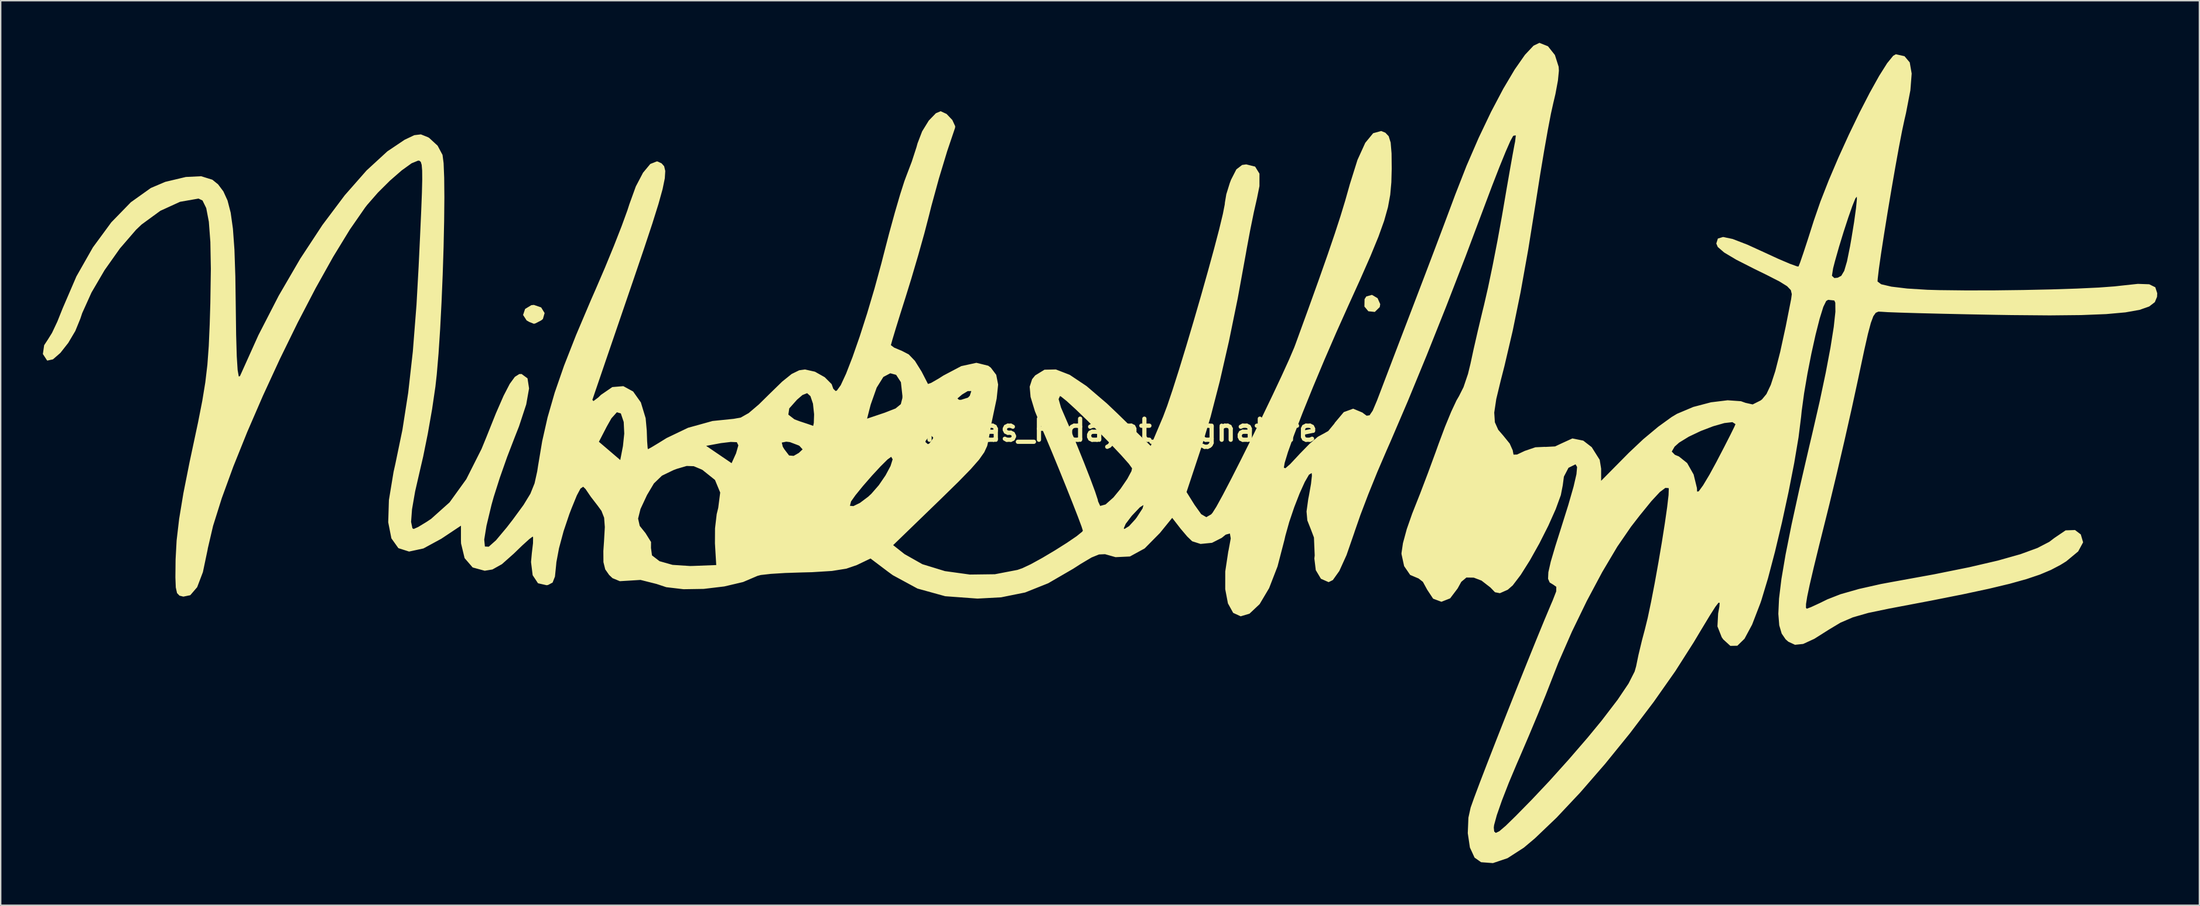
<source format=kicad_pcb>
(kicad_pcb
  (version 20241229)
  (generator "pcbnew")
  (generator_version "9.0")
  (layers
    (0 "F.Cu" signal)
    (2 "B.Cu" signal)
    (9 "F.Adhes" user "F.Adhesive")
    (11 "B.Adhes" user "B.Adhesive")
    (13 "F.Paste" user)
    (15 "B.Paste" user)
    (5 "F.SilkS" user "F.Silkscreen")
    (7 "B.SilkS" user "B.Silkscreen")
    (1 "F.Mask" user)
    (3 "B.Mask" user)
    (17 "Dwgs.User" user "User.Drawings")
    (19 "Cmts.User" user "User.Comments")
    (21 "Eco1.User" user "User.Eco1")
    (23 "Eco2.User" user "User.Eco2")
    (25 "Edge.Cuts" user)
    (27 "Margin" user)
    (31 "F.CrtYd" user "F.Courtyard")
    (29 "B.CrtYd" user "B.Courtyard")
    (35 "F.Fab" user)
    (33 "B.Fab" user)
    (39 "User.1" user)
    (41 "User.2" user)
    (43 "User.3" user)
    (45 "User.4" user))
  (footprint "Nikolas_Hidayat_Signature"
    (layer "F.Cu")
    (at 75.9 27.562)
    (property "Reference" "Nikolas_Hidayat_Signature" (at 0 0 0) (layer "F.SilkS") (effects (font (size 1.5 1.5) (thickness 0.3))))
    (attr board_only exclude_from_pos_files exclude_from_bom)
    (fp_poly (pts (xy 19.055 -9.396) (xy 19.244 -8.97) (xy 19.209 -8.762) (xy 18.858 -8.417) (xy 18.399 -8.465) (xy 18.118 -8.8) (xy 18.129 -9.326) (xy 18.251 -9.518) (xy 18.657 -9.631)) (stroke (width 0) (type solid)) (fill yes) (layer "F.SilkS"))
    (fp_poly (pts (xy -40.451 -8.739) (xy -40.205 -8.338) (xy -40.325 -7.916) (xy -40.45 -7.813) (xy -40.857 -7.603) (xy -40.968 -7.574) (xy -41.289 -7.7) (xy -41.485 -7.813) (xy -41.737 -8.201) (xy -41.593 -8.63) (xy -41.15 -8.898) (xy -40.968 -8.917)) (stroke (width 0) (type solid)) (fill yes) (layer "F.SilkS"))
    (fp_poly (pts (xy 31.178 -27.319) (xy 31.671 -26.698) (xy 31.937 -25.863) (xy 31.955 -25.582) (xy 31.886 -24.881) (xy 31.708 -23.921) (xy 31.556 -23.277) (xy 31.39 -22.531) (xy 31.166 -21.362) (xy 30.905 -19.884) (xy 30.625 -18.208) (xy 30.347 -16.447) (xy 30.332 -16.348) (xy 29.775 -12.868) (xy 29.228 -9.816) (xy 28.669 -7.081) (xy 28.077 -4.551) (xy 27.827 -3.577) (xy 27.499 -2.22) (xy 27.355 -1.255) (xy 27.4 -0.565) (xy 27.639 -0.032) (xy 27.995 0.381) (xy 28.457 0.951) (xy 28.675 1.442) (xy 28.677 1.481) (xy 28.729 1.738) (xy 28.978 1.729) (xy 29.526 1.471) (xy 30.283 1.213) (xy 30.956 1.182) (xy 30.984 1.188) (xy 31.685 1.152) (xy 32.116 0.949) (xy 32.914 0.584) (xy 33.688 0.74) (xy 34.289 1.204) (xy 34.858 2.106) (xy 34.959 2.733) (xy 34.959 3.599) (xy 36.939 1.597) (xy 37.023 1.518) (xy 39.985 1.518) (xy 40.205 1.747) (xy 40.495 1.868) (xy 41.08 2.336) (xy 41.54 3.15) (xy 41.775 4.114) (xy 41.787 4.366) (xy 41.901 4.35) (xy 42.21 3.925) (xy 42.665 3.166) (xy 43.153 2.27) (xy 43.707 1.207) (xy 44.153 0.333) (xy 44.439 -0.248) (xy 44.518 -0.434) (xy 44.299 -0.576) (xy 43.728 -0.51) (xy 42.935 -0.284) (xy 42.047 0.055) (xy 41.195 0.46) (xy 40.508 0.881) (xy 40.187 1.168) (xy 39.985 1.518) (xy 37.023 1.518) (xy 37.953 0.642) (xy 39.02 -0.248) (xy 39.973 -0.938) (xy 40.359 -1.169) (xy 41.517 -1.657) (xy 42.773 -1.987) (xy 43.959 -2.131) (xy 44.908 -2.064) (xy 45.227 -1.95) (xy 45.739 -1.835) (xy 46.301 -2.115) (xy 46.409 -2.199) (xy 46.72 -2.574) (xy 47.029 -3.226) (xy 47.349 -4.208) (xy 47.698 -5.572) (xy 48.09 -7.373) (xy 48.476 -9.322) (xy 48.524 -9.684) (xy 48.455 -9.97) (xy 48.188 -10.249) (xy 47.644 -10.586) (xy 46.856 -10.989) (xy 51.38 -10.989) (xy 51.551 -10.828) (xy 51.788 -10.851) (xy 52.043 -10.986) (xy 52.254 -11.341) (xy 52.451 -12.012) (xy 52.669 -13.089) (xy 52.767 -13.648) (xy 52.956 -14.81) (xy 53.09 -15.779) (xy 53.154 -16.427) (xy 53.15 -16.618) (xy 53.047 -16.49) (xy 52.831 -15.955) (xy 52.541 -15.129) (xy 52.213 -14.123) (xy 51.885 -13.053) (xy 51.595 -12.031) (xy 51.464 -11.525) (xy 51.38 -10.989) (xy 46.856 -10.989) (xy 46.742 -11.048) (xy 45.892 -11.463) (xy 44.571 -12.134) (xy 43.71 -12.648) (xy 43.256 -13.04) (xy 43.153 -13.286) (xy 43.264 -13.639) (xy 43.633 -13.75) (xy 44.315 -13.608) (xy 45.365 -13.203) (xy 46.548 -12.663) (xy 47.568 -12.193) (xy 48.387 -11.844) (xy 48.894 -11.661) (xy 49.001 -11.649) (xy 49.115 -11.933) (xy 49.354 -12.63) (xy 49.684 -13.637) (xy 50.07 -14.85) (xy 50.087 -14.904) (xy 50.556 -16.261) (xy 51.153 -17.786) (xy 51.841 -19.4) (xy 52.582 -21.027) (xy 53.336 -22.589) (xy 54.067 -24.008) (xy 54.736 -25.209) (xy 55.306 -26.113) (xy 55.737 -26.643) (xy 55.929 -26.751) (xy 56.542 -26.613) (xy 56.915 -26.171) (xy 57.053 -25.377) (xy 56.961 -24.188) (xy 56.647 -22.558) (xy 56.543 -22.111) (xy 56.369 -21.299) (xy 56.144 -20.131) (xy 55.887 -18.711) (xy 55.615 -17.145) (xy 55.345 -15.536) (xy 55.095 -13.989) (xy 54.881 -12.609) (xy 54.722 -11.501) (xy 54.635 -10.769) (xy 54.624 -10.581) (xy 54.884 -10.386) (xy 55.613 -10.216) (xy 56.734 -10.082) (xy 58.169 -9.993) (xy 58.994 -9.97) (xy 60.886 -9.949) (xy 62.919 -9.952) (xy 64.988 -9.977) (xy 66.986 -10.02) (xy 68.807 -10.079) (xy 70.345 -10.151) (xy 71.495 -10.235) (xy 71.884 -10.279) (xy 73.143 -10.414) (xy 73.95 -10.386) (xy 74.385 -10.172) (xy 74.522 -9.749) (xy 74.508 -9.49) (xy 74.351 -9.113) (xy 73.952 -8.806) (xy 73.269 -8.565) (xy 72.261 -8.386) (xy 70.888 -8.263) (xy 69.108 -8.193) (xy 66.881 -8.171) (xy 64.166 -8.193) (xy 62.954 -8.212) (xy 60.969 -8.25) (xy 59.137 -8.29) (xy 57.537 -8.33) (xy 56.248 -8.368) (xy 55.349 -8.401) (xy 54.923 -8.428) (xy 54.688 -8.439) (xy 54.497 -8.357) (xy 54.325 -8.113) (xy 54.148 -7.636) (xy 53.941 -6.857) (xy 53.68 -5.705) (xy 53.341 -4.111) (xy 53.243 -3.648) (xy 52.801 -1.61) (xy 52.277 0.714) (xy 51.724 3.088) (xy 51.197 5.275) (xy 50.997 6.08) (xy 50.475 8.17) (xy 50.079 9.79) (xy 49.798 10.994) (xy 49.621 11.833) (xy 49.536 12.362) (xy 49.532 12.633) (xy 49.587 12.7) (xy 49.888 12.588) (xy 50.516 12.298) (xy 51.057 12.033) (xy 51.984 11.67) (xy 53.304 11.294) (xy 54.863 10.943) (xy 55.623 10.802) (xy 58.638 10.254) (xy 61.147 9.748) (xy 63.185 9.274) (xy 64.79 8.821) (xy 65.997 8.38) (xy 66.844 7.941) (xy 67.202 7.668) (xy 68.005 7.124) (xy 68.673 7.101) (xy 69.084 7.414) (xy 69.249 7.976) (xy 68.899 8.623) (xy 68.052 9.326) (xy 67.631 9.587) (xy 66.958 9.94) (xy 66.175 10.27) (xy 65.22 10.592) (xy 64.032 10.923) (xy 62.553 11.277) (xy 60.721 11.67) (xy 58.477 12.116) (xy 55.76 12.632) (xy 55.461 12.688) (xy 53.973 12.997) (xy 52.869 13.313) (xy 51.986 13.693) (xy 51.227 14.147) (xy 50.125 14.842) (xy 49.333 15.207) (xy 48.751 15.267) (xy 48.274 15.045) (xy 48.083 14.876) (xy 47.805 14.471) (xy 47.631 13.88) (xy 47.566 13.063) (xy 47.616 11.979) (xy 47.786 10.587) (xy 48.081 8.847) (xy 48.506 6.718) (xy 49.067 4.161) (xy 49.769 1.135) (xy 49.978 0.251) (xy 50.503 -2.033) (xy 50.939 -4.096) (xy 51.277 -5.886) (xy 51.509 -7.348) (xy 51.626 -8.429) (xy 51.619 -9.074) (xy 51.548 -9.231) (xy 51.104 -9.277) (xy 50.971 -9.195) (xy 50.767 -8.779) (xy 50.507 -7.943) (xy 50.216 -6.797) (xy 49.918 -5.454) (xy 49.638 -4.029) (xy 49.4 -2.632) (xy 49.229 -1.377) (xy 49.185 -0.946) (xy 49.003 0.509) (xy 48.695 2.338) (xy 48.292 4.398) (xy 47.827 6.546) (xy 47.329 8.639) (xy 46.831 10.534) (xy 46.363 12.087) (xy 46.287 12.311) (xy 45.7 13.833) (xy 45.161 14.836) (xy 44.651 15.334) (xy 44.152 15.344) (xy 43.646 14.882) (xy 43.538 14.728) (xy 43.234 13.957) (xy 43.283 13.039) (xy 43.371 12.555) (xy 43.393 12.285) (xy 43.31 12.273) (xy 43.085 12.565) (xy 42.68 13.204) (xy 42.057 14.235) (xy 41.546 15.09) (xy 40.233 17.15) (xy 38.694 19.339) (xy 37.005 21.567) (xy 35.241 23.741) (xy 33.477 25.772) (xy 31.789 27.567) (xy 30.251 29.036) (xy 29.46 29.702) (xy 28.3 30.45) (xy 27.262 30.8) (xy 26.419 30.737) (xy 25.955 30.41) (xy 25.624 29.692) (xy 25.472 28.672) (xy 25.488 28.274) (xy 27.323 28.274) (xy 27.352 28.553) (xy 27.466 28.652) (xy 27.721 28.529) (xy 28.175 28.142) (xy 28.884 27.449) (xy 29.906 26.409) (xy 30.021 26.292) (xy 31.283 24.953) (xy 32.669 23.412) (xy 34.002 21.869) (xy 34.993 20.665) (xy 36.133 19.176) (xy 36.908 18.025) (xy 37.342 17.171) (xy 37.448 16.8) (xy 37.617 15.981) (xy 37.872 14.922) (xy 38.068 14.186) (xy 38.274 13.35) (xy 38.514 12.21) (xy 38.773 10.867) (xy 39.033 9.421) (xy 39.279 7.973) (xy 39.492 6.622) (xy 39.657 5.47) (xy 39.756 4.616) (xy 39.772 4.162) (xy 39.758 4.117) (xy 39.529 4.103) (xy 39.134 4.4) (xy 38.534 5.047) (xy 37.692 6.083) (xy 37.085 6.867) (xy 36.109 8.287) (xy 35.037 10.093) (xy 33.938 12.154) (xy 32.878 14.34) (xy 31.924 16.521) (xy 31.408 17.837) (xy 31.01 18.856) (xy 30.458 20.212) (xy 29.816 21.746) (xy 29.15 23.3) (xy 28.974 23.702) (xy 28.392 25.084) (xy 27.9 26.349) (xy 27.538 27.387) (xy 27.345 28.092) (xy 27.323 28.274) (xy 25.488 28.274) (xy 25.517 27.566) (xy 25.676 26.85) (xy 25.92 26.162) (xy 26.332 25.063) (xy 26.878 23.644) (xy 27.52 21.997) (xy 28.223 20.211) (xy 28.951 18.377) (xy 29.669 16.587) (xy 30.339 14.93) (xy 30.927 13.497) (xy 31.397 12.379) (xy 31.51 12.118) (xy 31.763 11.468) (xy 31.77 11.141) (xy 31.538 10.978) (xy 31.298 10.833) (xy 31.184 10.57) (xy 31.205 10.105) (xy 31.374 9.358) (xy 31.702 8.245) (xy 32.068 7.088) (xy 32.623 5.321) (xy 32.998 4.016) (xy 33.203 3.13) (xy 33.249 2.617) (xy 33.145 2.434) (xy 33.124 2.432) (xy 32.637 2.674) (xy 32.311 3.3) (xy 32.228 3.926) (xy 32.093 4.617) (xy 31.729 5.616) (xy 31.199 6.802) (xy 30.565 8.056) (xy 29.891 9.259) (xy 29.239 10.293) (xy 28.672 11.038) (xy 28.319 11.347) (xy 27.758 11.596) (xy 27.407 11.527) (xy 27.082 11.189) (xy 26.45 10.699) (xy 25.899 10.489) (xy 25.375 10.481) (xy 25.011 10.786) (xy 24.751 11.257) (xy 24.218 11.962) (xy 23.597 12.207) (xy 23.007 11.986) (xy 22.585 11.349) (xy 22.279 10.788) (xy 21.96 10.539) (xy 21.946 10.538) (xy 21.373 10.295) (xy 20.943 9.668) (xy 20.758 8.813) (xy 20.757 8.74) (xy 20.86 8.036) (xy 21.132 7.033) (xy 21.519 5.928) (xy 21.602 5.719) (xy 22.081 4.51) (xy 22.642 3.035) (xy 23.191 1.543) (xy 23.403 0.952) (xy 23.852 -0.248) (xy 24.294 -1.32) (xy 24.668 -2.119) (xy 24.847 -2.426) (xy 25.169 -3.066) (xy 25.486 -4.002) (xy 25.664 -4.729) (xy 25.883 -5.746) (xy 26.183 -7.057) (xy 26.511 -8.434) (xy 26.63 -8.917) (xy 26.912 -10.144) (xy 27.242 -11.724) (xy 27.583 -13.475) (xy 27.899 -15.216) (xy 27.978 -15.672) (xy 28.233 -17.165) (xy 28.468 -18.514) (xy 28.663 -19.608) (xy 28.798 -20.337) (xy 28.839 -20.536) (xy 28.89 -20.978) (xy 28.728 -20.957) (xy 28.689 -20.92) (xy 28.503 -20.583) (xy 28.169 -19.822) (xy 27.722 -18.724) (xy 27.197 -17.375) (xy 26.65 -15.921) (xy 25.313 -12.361) (xy 23.927 -8.782) (xy 22.542 -5.312) (xy 21.209 -2.075) (xy 19.976 0.803) (xy 19.692 1.448) (xy 19.037 2.972) (xy 18.394 4.56) (xy 17.833 6.033) (xy 17.424 7.21) (xy 17.397 7.296) (xy 16.846 8.885) (xy 16.333 10.016) (xy 15.873 10.661) (xy 15.572 10.809) (xy 15.025 10.569) (xy 14.659 9.956) (xy 14.557 9.127) (xy 14.582 8.907) (xy 14.528 7.631) (xy 14.303 7.037) (xy 14.057 6.418) (xy 14.001 5.781) (xy 14.122 4.901) (xy 14.17 4.659) (xy 14.318 3.824) (xy 14.384 3.232) (xy 14.367 3.046) (xy 14.175 3.165) (xy 13.873 3.688) (xy 13.507 4.498) (xy 13.124 5.482) (xy 12.771 6.525) (xy 12.495 7.511) (xy 12.433 7.786) (xy 11.937 9.693) (xy 11.339 11.237) (xy 10.665 12.373) (xy 9.942 13.054) (xy 9.315 13.24) (xy 8.781 12.995) (xy 8.409 12.321) (xy 8.216 11.308) (xy 8.218 10.049) (xy 8.432 8.635) (xy 8.458 8.519) (xy 8.609 7.698) (xy 8.547 7.347) (xy 8.252 7.429) (xy 7.969 7.658) (xy 7.276 8.011) (xy 6.462 8.091) (xy 5.863 7.9) (xy 5.51 7.559) (xy 5.04 7.005) (xy 5.012 6.968) (xy 4.444 6.236) (xy 3.575 7.306) (xy 2.485 8.41) (xy 1.436 8.984) (xy 0.415 9.032) (xy 0.126 8.95) (xy -0.337 8.82) (xy -0.763 8.839) (xy -1.289 9.052) (xy -2.053 9.505) (xy -2.596 9.854) (xy -4.375 10.887) (xy -6.022 11.545) (xy -7.731 11.889) (xy -9.411 11.979) (xy -11.704 11.811) (xy -13.677 11.266) (xy -15.432 10.315) (xy -15.76 10.077) (xy -17.018 9.127) (xy -18 9.597) (xy -18.739 9.85) (xy -19.763 10.013) (xy -21.181 10.101) (xy -21.863 10.118) (xy -23.085 10.157) (xy -24.115 10.221) (xy -24.823 10.301) (xy -25.062 10.364) (xy -26.085 10.801) (xy -27.418 11.115) (xy -28.888 11.29) (xy -30.323 11.312) (xy -31.55 11.168) (xy -32.236 10.94) (xy -33.382 10.651) (xy -34.07 10.694) (xy -34.854 10.741) (xy -35.376 10.524) (xy -35.615 10.297) (xy -35.892 9.9) (xy -36.02 9.386) (xy -36.026 8.595) (xy -35.979 7.916) (xy -35.921 6.89) (xy -35.966 6.288) (xy -33.554 6.288) (xy -33.438 6.806) (xy -33.042 7.301) (xy -33.033 7.31) (xy -32.633 7.952) (xy -32.637 8.375) (xy -32.566 8.905) (xy -32.029 9.318) (xy -31.101 9.58) (xy -29.856 9.661) (xy -29.633 9.656) (xy -27.995 9.593) (xy -28.087 8.049) (xy -28.081 6.984) (xy -27.962 5.968) (xy -27.852 5.521) (xy -27.834 5.378) (xy -18.484 5.378) (xy -18.238 5.399) (xy -17.77 5.17) (xy -17.185 4.73) (xy -16.964 4.526) (xy -16.427 3.909) (xy -15.948 3.208) (xy -15.597 2.552) (xy -15.444 2.07) (xy -15.548 1.891) (xy -15.81 2.082) (xy -16.304 2.572) (xy -16.922 3.24) (xy -17.553 3.964) (xy -18.089 4.623) (xy -18.403 5.066) (xy -18.484 5.378) (xy -27.834 5.378) (xy -27.713 4.433) (xy -28.085 3.536) (xy -28.969 2.829) (xy -29.043 2.79) (xy -29.594 2.56) (xy -30.097 2.543) (xy -30.791 2.746) (xy -31.041 2.839) (xy -31.857 3.234) (xy -32.428 3.785) (xy -32.919 4.61) (xy -33.383 5.604) (xy -33.554 6.288) (xy -35.966 6.288) (xy -35.971 6.223) (xy -36.159 5.74) (xy -36.42 5.381) (xy -36.92 4.732) (xy -37.296 4.18) (xy -37.461 4.021) (xy -37.652 4.151) (xy -37.912 4.638) (xy -38.284 5.549) (xy -38.445 5.968) (xy -38.855 7.185) (xy -39.181 8.398) (xy -39.367 9.39) (xy -39.385 9.593) (xy -39.469 10.415) (xy -39.637 10.84) (xy -39.956 11.009) (xy -40.062 11.028) (xy -40.675 10.889) (xy -41.055 10.316) (xy -41.171 9.378) (xy -41.114 8.751) (xy -41.03 8.041) (xy -41.025 7.618) (xy -41.052 7.566) (xy -41.29 7.742) (xy -41.797 8.201) (xy -42.398 8.782) (xy -43.241 9.53) (xy -43.917 9.908) (xy -44.467 9.998) (xy -45.324 9.764) (xy -45.898 9.099) (xy -46.149 8.055) (xy -46.157 7.794) (xy -46.157 6.792) (xy -47.55 7.719) (xy -48.825 8.412) (xy -49.846 8.633) (xy -50.608 8.391) (xy -51.105 7.694) (xy -51.331 6.551) (xy -51.282 4.972) (xy -50.951 2.965) (xy -50.819 2.375) (xy -50.32 -0.033) (xy -49.91 -2.663) (xy -49.58 -5.599) (xy -49.319 -8.927) (xy -49.168 -11.632) (xy -49.063 -13.846) (xy -48.985 -15.58) (xy -48.934 -16.891) (xy -48.911 -17.839) (xy -48.917 -18.483) (xy -48.95 -18.88) (xy -49.013 -19.09) (xy -49.104 -19.172) (xy -49.201 -19.185) (xy -49.668 -18.994) (xy -50.373 -18.486) (xy -51.209 -17.758) (xy -52.063 -16.909) (xy -52.826 -16.035) (xy -52.973 -15.846) (xy -54.059 -14.281) (xy -55.247 -12.338) (xy -56.498 -10.101) (xy -57.773 -7.652) (xy -59.034 -5.077) (xy -60.243 -2.456) (xy -61.361 0.125) (xy -62.351 2.585) (xy -63.173 4.839) (xy -63.791 6.805) (xy -64.164 8.4) (xy -64.181 8.504) (xy -64.515 10.096) (xy -64.923 11.168) (xy -65.413 11.738) (xy -65.906 11.839) (xy -66.183 11.769) (xy -66.355 11.587) (xy -66.444 11.188) (xy -66.472 10.466) (xy -66.46 9.319) (xy -66.458 9.187) (xy -66.385 7.845) (xy -66.205 6.309) (xy -65.903 4.482) (xy -65.463 2.268) (xy -65.267 1.351) (xy -64.86 -0.559) (xy -64.558 -2.095) (xy -64.343 -3.411) (xy -64.196 -4.659) (xy -64.098 -5.992) (xy -64.03 -7.563) (xy -63.986 -9.052) (xy -63.949 -11.481) (xy -63.984 -13.4) (xy -64.092 -14.834) (xy -64.278 -15.807) (xy -64.543 -16.347) (xy -64.827 -16.483) (xy -66.141 -16.253) (xy -67.542 -15.613) (xy -68.876 -14.639) (xy -69.271 -14.263) (xy -70.415 -12.938) (xy -71.509 -11.391) (xy -72.441 -9.798) (xy -73.103 -8.331) (xy -73.234 -7.937) (xy -73.592 -7.061) (xy -74.096 -6.211) (xy -74.656 -5.5) (xy -75.181 -5.044) (xy -75.579 -4.956) (xy -75.604 -4.969) (xy -75.9 -5.423) (xy -75.809 -6.049) (xy -75.537 -6.464) (xy -75.249 -6.928) (xy -74.871 -7.729) (xy -74.498 -8.662) (xy -73.515 -10.944) (xy -72.341 -13.01) (xy -71.031 -14.793) (xy -69.638 -16.224) (xy -68.218 -17.236) (xy -67.192 -17.672) (xy -65.728 -18.02) (xy -64.639 -18.072) (xy -63.842 -17.825) (xy -63.435 -17.496) (xy -63.058 -16.994) (xy -62.762 -16.345) (xy -62.539 -15.482) (xy -62.379 -14.338) (xy -62.271 -12.847) (xy -62.207 -10.941) (xy -62.178 -8.864) (xy -62.151 -6.803) (xy -62.107 -5.279) (xy -62.044 -4.288) (xy -61.964 -3.825) (xy -61.879 -3.849) (xy -60.566 -6.765) (xy -59.123 -9.57) (xy -57.59 -12.203) (xy -56.01 -14.606) (xy -54.423 -16.719) (xy -52.87 -18.485) (xy -51.392 -19.843) (xy -50.161 -20.669) (xy -49.474 -20.994) (xy -49.007 -21.05) (xy -48.516 -20.855) (xy -48.423 -20.804) (xy -47.817 -20.247) (xy -47.467 -19.59) (xy -47.391 -19.007) (xy -47.349 -17.971) (xy -47.336 -16.572) (xy -47.352 -14.898) (xy -47.392 -13.035) (xy -47.455 -11.072) (xy -47.538 -9.097) (xy -47.637 -7.197) (xy -47.751 -5.46) (xy -47.877 -3.974) (xy -47.973 -3.107) (xy -48.21 -1.494) (xy -48.516 0.25) (xy -48.844 1.874) (xy -49.048 2.751) (xy -49.417 4.355) (xy -49.638 5.629) (xy -49.704 6.522) (xy -49.61 6.977) (xy -49.517 7.026) (xy -49.198 6.884) (xy -48.607 6.525) (xy -48.28 6.308) (xy -46.966 5.132) (xy -45.776 3.482) (xy -44.693 1.333) (xy -44.355 0.509) (xy -43.67 -1.202) (xy -43.123 -2.454) (xy -42.684 -3.301) (xy -42.322 -3.797) (xy -42.007 -3.997) (xy -41.841 -4.001) (xy -41.421 -3.692) (xy -41.311 -2.974) (xy -41.512 -1.838) (xy -42.026 -0.274) (xy -42.331 0.501) (xy -42.872 1.905) (xy -43.396 3.395) (xy -43.824 4.741) (xy -43.984 5.314) (xy -44.34 6.797) (xy -44.501 7.781) (xy -44.453 8.274) (xy -44.179 8.288) (xy -43.666 7.833) (xy -42.9 6.918) (xy -42.465 6.356) (xy -41.705 5.318) (xy -41.217 4.518) (xy -40.92 3.781) (xy -40.732 2.933) (xy -40.668 2.519) (xy -40.384 0.822) (xy -36.342 0.822) (xy -35.582 1.471) (xy -34.823 2.12) (xy -34.631 1.128) (xy -34.539 0.24) (xy -34.576 -0.566) (xy -34.584 -0.608) (xy -34.782 -1.196) (xy -35.064 -1.278) (xy -35.45 -0.849) (xy -35.781 -0.264) (xy -36.342 0.822) (xy -40.384 0.822) (xy -40.377 0.781) (xy -39.993 -0.918) (xy -39.486 -2.677) (xy -38.822 -4.592) (xy -37.971 -6.761) (xy -36.901 -9.283) (xy -36.587 -9.998) (xy -35.915 -11.56) (xy -35.277 -13.112) (xy -34.726 -14.519) (xy -34.316 -15.644) (xy -34.172 -16.088) (xy -33.717 -17.345) (xy -33.203 -18.324) (xy -32.685 -18.946) (xy -32.215 -19.13) (xy -32.155 -19.116) (xy -31.883 -18.99) (xy -31.701 -18.785) (xy -31.621 -18.447) (xy -31.654 -17.923) (xy -31.81 -17.161) (xy -32.102 -16.107) (xy -32.54 -14.708) (xy -33.136 -12.911) (xy -33.9 -10.664) (xy -33.999 -10.375) (xy -34.671 -8.411) (xy -35.29 -6.602) (xy -35.834 -5.013) (xy -36.278 -3.712) (xy -36.602 -2.765) (xy -36.781 -2.238) (xy -36.807 -2.162) (xy -36.733 -2.073) (xy -36.386 -2.332) (xy -36.198 -2.515) (xy -35.388 -3.071) (xy -34.604 -3.136) (xy -33.907 -2.756) (xy -33.358 -1.981) (xy -33.017 -0.857) (xy -32.937 0.027) (xy -32.911 0.788) (xy -32.874 1.266) (xy -32.852 1.349) (xy -32.61 1.218) (xy -32.432 1.112) (xy -28.712 1.112) (xy -27.807 1.728) (xy -26.902 2.344) (xy -26.585 1.645) (xy -26.422 1.075) (xy -26.518 0.878) (xy -23.332 0.878) (xy -23.261 1.17) (xy -23.152 1.351) (xy -22.812 1.797) (xy -22.487 1.825) (xy -22.123 1.617) (xy -21.85 1.363) (xy -22.068 1.121) (xy -22.123 1.085) (xy -22.753 0.845) (xy -22.775 0.843) (xy -13.11 0.843) (xy -12.941 0.989) (xy -12.837 0.946) (xy -12.574 0.588) (xy -12.563 0.509) (xy -12.732 0.362) (xy -12.837 0.405) (xy -13.099 0.763) (xy -13.11 0.843) (xy -22.775 0.843) (xy -23.013 0.815) (xy -23.332 0.878) (xy -26.518 0.878) (xy -26.531 0.851) (xy -26.958 0.833) (xy -27.653 0.916) (xy -27.753 0.934) (xy -28.712 1.112) (xy -32.432 1.112) (xy -32.047 0.879) (xy -31.528 0.557) (xy -30.003 -0.173) (xy -28.258 -0.657) (xy -26.751 -0.811) (xy -26.251 -0.901) (xy -25.881 -1.111) (xy -22.865 -1.111) (xy -22.433 -0.776) (xy -22.054 -0.634) (xy -21.439 -0.431) (xy -21.109 -0.313) (xy -21.098 -0.308) (xy -21.053 -0.517) (xy -21.043 -0.825) (xy -17.262 -0.825) (xy -16.005 -1.248) (xy -15.236 -1.549) (xy -14.864 -1.854) (xy -14.759 -2.261) (xy -10.835 -2.261) (xy -10.724 -2.166) (xy -10.583 -2.162) (xy -10.089 -2.318) (xy -9.958 -2.45) (xy -9.848 -2.787) (xy -10.104 -2.783) (xy -10.499 -2.545) (xy -10.835 -2.261) (xy -14.759 -2.261) (xy -14.752 -2.291) (xy -14.748 -2.435) (xy -14.857 -3.419) (xy -15.197 -3.941) (xy -15.611 -4.053) (xy -16.105 -3.791) (xy -16.579 -3.033) (xy -17.005 -1.826) (xy -17.079 -1.546) (xy -17.262 -0.825) (xy -21.043 -0.825) (xy -21.034 -1.077) (xy -21.034 -1.148) (xy -21.113 -1.89) (xy -21.293 -2.425) (xy -21.528 -2.637) (xy -21.86 -2.505) (xy -22.245 -2.175) (xy -22.8 -1.552) (xy -22.865 -1.111) (xy -25.881 -1.111) (xy -25.688 -1.219) (xy -24.964 -1.835) (xy -24.221 -2.567) (xy -23.305 -3.459) (xy -22.63 -4.002) (xy -22.092 -4.266) (xy -21.679 -4.323) (xy -20.971 -4.164) (xy -20.275 -3.772) (xy -19.784 -3.28) (xy -19.665 -2.946) (xy -19.499 -2.789) (xy -19.411 -2.825) (xy -19.139 -3.202) (xy -18.759 -4.021) (xy -18.301 -5.2) (xy -17.791 -6.66) (xy -17.259 -8.318) (xy -16.732 -10.093) (xy -16.238 -11.904) (xy -16.106 -12.421) (xy -15.696 -14.001) (xy -15.287 -15.491) (xy -14.913 -16.771) (xy -14.61 -17.72) (xy -14.47 -18.096) (xy -14.085 -19.107) (xy -13.749 -20.14) (xy -13.674 -20.413) (xy -13.347 -21.265) (xy -12.875 -22.031) (xy -12.369 -22.555) (xy -12.026 -22.698) (xy -11.607 -22.504) (xy -11.198 -22.073) (xy -10.993 -21.628) (xy -11.004 -21.515) (xy -11.566 -19.851) (xy -12.153 -17.912) (xy -12.689 -15.953) (xy -12.861 -15.267) (xy -13.191 -13.998) (xy -13.631 -12.43) (xy -14.117 -10.782) (xy -14.51 -9.512) (xy -14.907 -8.256) (xy -15.235 -7.196) (xy -15.465 -6.432) (xy -15.566 -6.067) (xy -15.568 -6.053) (xy -15.34 -5.879) (xy -14.793 -5.649) (xy -14.784 -5.646) (xy -14.3 -5.395) (xy -13.861 -4.938) (xy -13.381 -4.167) (xy -12.93 -3.29) (xy -12.701 -3.371) (xy -12.168 -3.678) (xy -11.833 -3.892) (xy -10.562 -4.562) (xy -9.484 -4.797) (xy -8.645 -4.59) (xy -8.459 -4.452) (xy -8.075 -3.942) (xy -7.94 -3.249) (xy -8.044 -2.25) (xy -8.19 -1.558) (xy -8.409 -0.521) (xy -8.596 0.53) (xy -8.618 0.676) (xy -8.719 1.12) (xy -8.926 1.569) (xy -9.295 2.093) (xy -9.884 2.765) (xy -10.752 3.655) (xy -11.957 4.835) (xy -12.092 4.966) (xy -15.408 8.176) (xy -14.6 8.814) (xy -13.331 9.532) (xy -11.725 10.024) (xy -9.95 10.269) (xy -8.173 10.247) (xy -6.564 9.938) (xy -6.219 9.818) (xy -5.616 9.534) (xy -4.803 9.087) (xy -3.906 8.554) (xy -3.049 8.013) (xy -2.359 7.543) (xy -1.962 7.222) (xy -1.912 7.145) (xy -1.963 6.983) (xy 0.998 6.983) (xy 1.047 7.026) (xy 1.375 6.824) (xy 1.827 6.328) (xy 1.923 6.199) (xy 2.336 5.564) (xy 2.4 5.323) (xy 2.146 5.483) (xy 1.605 6.051) (xy 1.544 6.122) (xy 1.137 6.659) (xy 0.998 6.983) (xy -1.963 6.983) (xy -2.009 6.839) (xy -2.27 6.141) (xy -2.654 5.157) (xy -3.117 3.995) (xy -3.617 2.76) (xy -4.111 1.56) (xy -4.555 0.502) (xy -4.753 0.044) (xy -5.323 -1.352) (xy -5.585 -2.215) (xy -3.638 -2.215) (xy -3.468 -1.622) (xy -3.382 -1.419) (xy -2.871 -0.236) (xy -2.339 1.041) (xy -1.828 2.306) (xy -1.382 3.449) (xy -1.042 4.363) (xy -0.852 4.941) (xy -0.827 5.066) (xy -0.679 5.387) (xy -0.297 5.281) (xy 0.264 4.782) (xy 0.77 4.165) (xy 1.252 3.458) (xy 1.544 2.914) (xy 1.589 2.709) (xy 1.354 2.383) (xy 0.826 1.788) (xy 0.096 1.014) (xy -0.747 0.151) (xy -1.614 -0.711) (xy -2.416 -1.483) (xy -3.063 -2.075) (xy -3.465 -2.398) (xy -3.54 -2.432) (xy -3.638 -2.215) (xy -5.585 -2.215) (xy -5.632 -2.37) (xy -5.695 -3.1) (xy -5.522 -3.632) (xy -5.306 -3.899) (xy -4.643 -4.306) (xy -3.834 -4.325) (xy -2.847 -3.942) (xy -1.649 -3.141) (xy -0.205 -1.907) (xy 0.569 -1.171) (xy 2.914 1.116) (xy 3.796 -0.963) (xy 4.087 -1.736) (xy 4.475 -2.887) (xy 4.934 -4.33) (xy 5.439 -5.979) (xy 5.965 -7.749) (xy 6.488 -9.552) (xy 6.982 -11.303) (xy 7.424 -12.916) (xy 7.788 -14.305) (xy 8.048 -15.383) (xy 8.182 -16.065) (xy 8.194 -16.204) (xy 8.293 -16.79) (xy 8.541 -17.588) (xy 8.633 -17.829) (xy 9.008 -18.56) (xy 9.42 -18.875) (xy 9.712 -18.915) (xy 10.343 -18.758) (xy 10.652 -18.257) (xy 10.651 -17.369) (xy 10.478 -16.51) (xy 10.253 -15.516) (xy 9.991 -14.228) (xy 9.741 -12.887) (xy 9.685 -12.565) (xy 9.107 -9.389) (xy 8.48 -6.327) (xy 7.829 -3.484) (xy 7.178 -0.965) (xy 6.552 1.124) (xy 6.534 1.177) (xy 5.465 4.398) (xy 6.032 5.307) (xy 6.508 5.973) (xy 6.87 6.185) (xy 7.214 5.988) (xy 7.311 5.877) (xy 7.585 5.443) (xy 8.044 4.607) (xy 8.644 3.458) (xy 9.341 2.085) (xy 10.093 0.577) (xy 10.854 -0.977) (xy 11.581 -2.489) (xy 12.23 -3.868) (xy 12.758 -5.028) (xy 13.121 -5.878) (xy 13.198 -6.08) (xy 14.126 -8.628) (xy 14.886 -10.743) (xy 15.504 -12.499) (xy 16.004 -13.967) (xy 16.412 -15.22) (xy 16.751 -16.332) (xy 17.046 -17.376) (xy 17.075 -17.482) (xy 17.625 -19.234) (xy 18.179 -20.45) (xy 18.741 -21.134) (xy 19.314 -21.29) (xy 19.609 -21.17) (xy 19.845 -20.921) (xy 19.986 -20.469) (xy 20.05 -19.696) (xy 20.061 -18.612) (xy 20.035 -17.639) (xy 19.955 -16.751) (xy 19.793 -15.867) (xy 19.522 -14.9) (xy 19.116 -13.768) (xy 18.549 -12.387) (xy 17.794 -10.673) (xy 16.997 -8.917) (xy 16.126 -6.975) (xy 15.266 -4.991) (xy 14.455 -3.055) (xy 13.729 -1.259) (xy 13.125 0.308) (xy 12.679 1.555) (xy 12.445 2.323) (xy 12.387 2.665) (xy 12.498 2.705) (xy 12.838 2.408) (xy 13.466 1.737) (xy 13.527 1.67) (xy 14.213 0.969) (xy 14.8 0.468) (xy 15.163 0.27) (xy 15.168 0.27) (xy 15.544 0.057) (xy 15.973 -0.463) (xy 16.021 -0.541) (xy 16.65 -1.289) (xy 17.319 -1.533) (xy 17.98 -1.256) (xy 18.016 -1.225) (xy 18.276 -1.033) (xy 18.485 -1.063) (xy 18.708 -1.392) (xy 19.01 -2.103) (xy 19.259 -2.754) (xy 19.614 -3.687) (xy 20.11 -4.989) (xy 20.697 -6.526) (xy 21.323 -8.16) (xy 21.716 -9.187) (xy 22.385 -10.939) (xy 23.091 -12.798) (xy 23.767 -14.589) (xy 24.347 -16.138) (xy 24.576 -16.753) (xy 25.387 -18.824) (xy 26.25 -20.812) (xy 27.131 -22.657) (xy 27.996 -24.296) (xy 28.81 -25.667) (xy 29.539 -26.71) (xy 30.149 -27.361) (xy 30.57 -27.562)) (stroke (width 0) (type solid)) (fill yes) (layer "F.SilkS")))
  (gr_rect
    (start -3 -3)
    (end 153.422 61.362)
    (stroke (width 0.1) (type default))
    (fill no)
    (layer "Edge.Cuts")))
</source>
